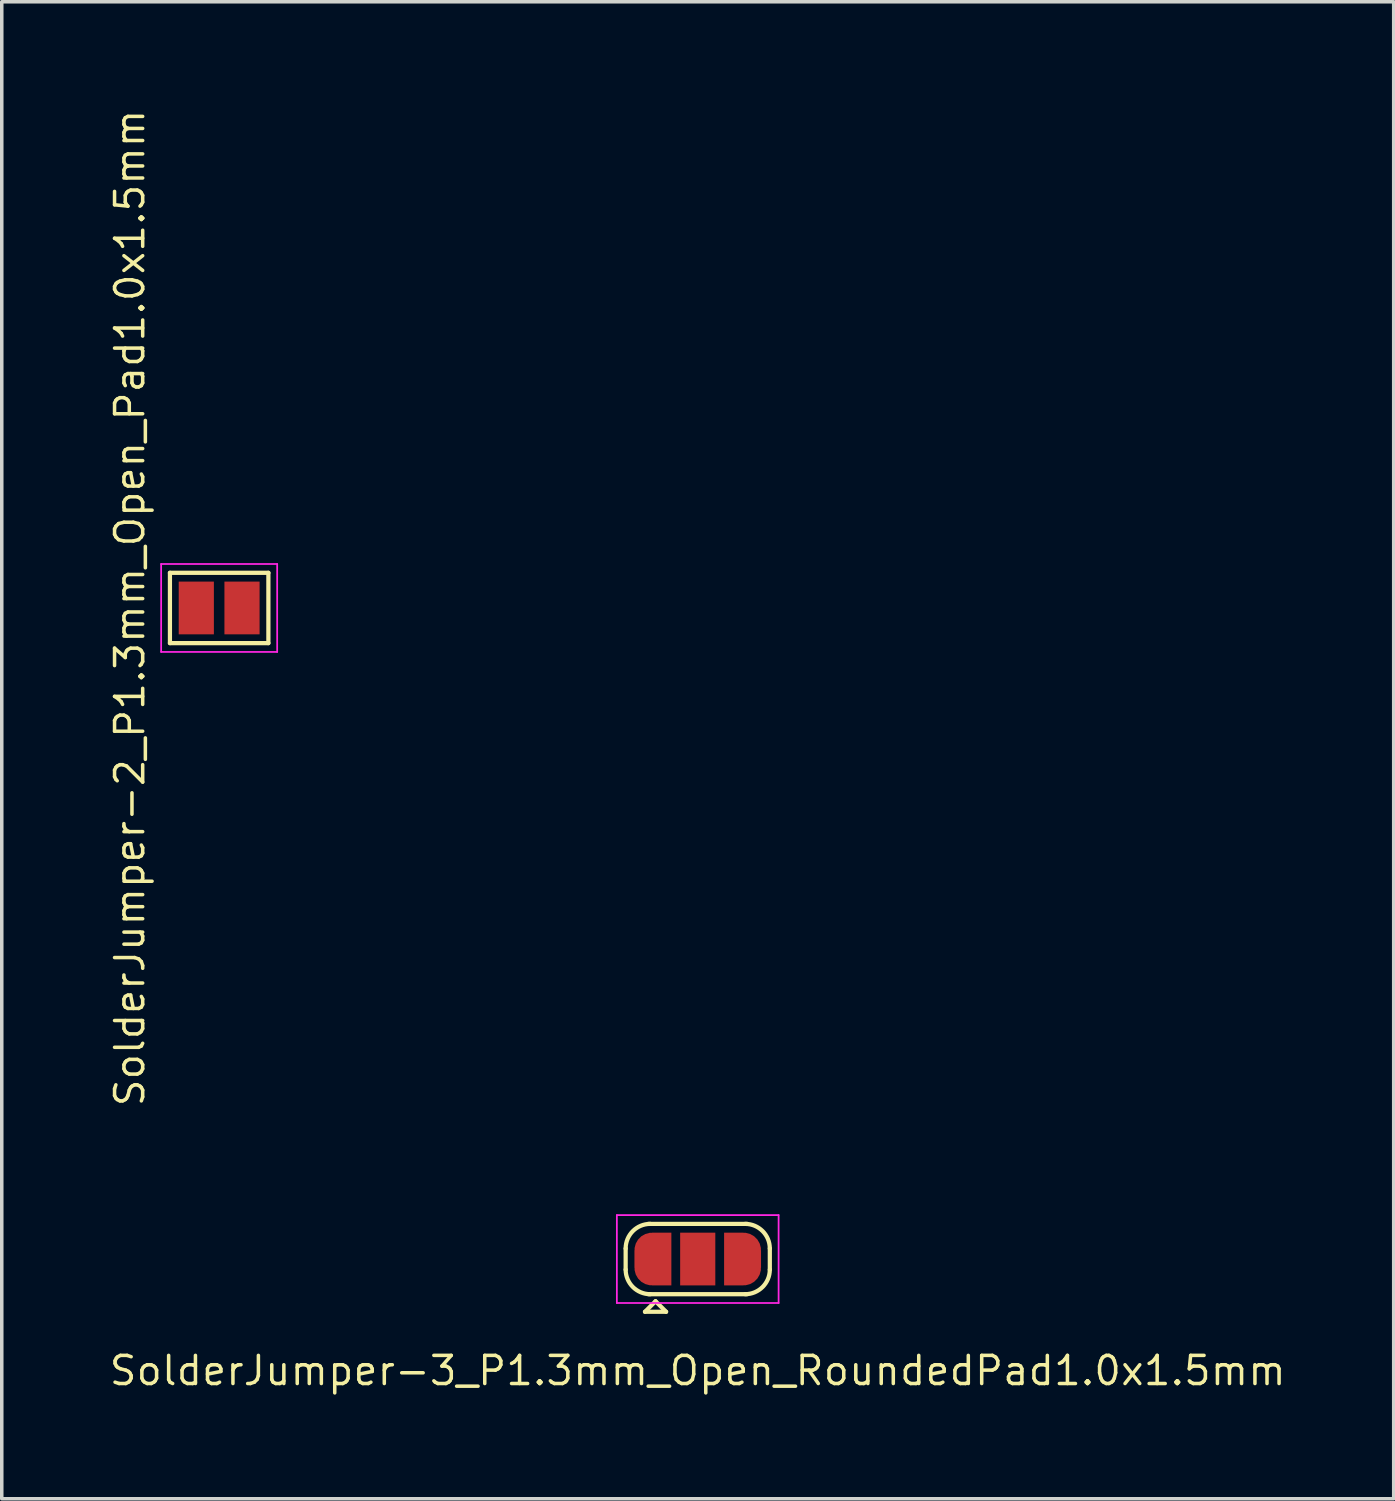
<source format=kicad_pcb>
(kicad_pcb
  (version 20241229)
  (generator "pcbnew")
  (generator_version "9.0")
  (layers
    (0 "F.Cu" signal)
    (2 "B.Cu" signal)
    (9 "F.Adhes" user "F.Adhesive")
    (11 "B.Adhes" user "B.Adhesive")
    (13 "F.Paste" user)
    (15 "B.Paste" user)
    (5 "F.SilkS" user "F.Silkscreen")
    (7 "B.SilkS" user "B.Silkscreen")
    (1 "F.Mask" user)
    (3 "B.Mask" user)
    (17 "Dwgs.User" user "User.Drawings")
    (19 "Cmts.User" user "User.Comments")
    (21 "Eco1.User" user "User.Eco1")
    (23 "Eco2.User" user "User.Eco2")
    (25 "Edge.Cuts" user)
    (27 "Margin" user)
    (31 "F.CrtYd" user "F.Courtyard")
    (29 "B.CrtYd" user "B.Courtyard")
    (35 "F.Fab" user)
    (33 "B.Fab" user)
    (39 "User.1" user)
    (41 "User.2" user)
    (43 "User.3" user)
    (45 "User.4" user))
  (footprint "SolderJumper-3_P1.3mm_Open_RoundedPad1.0x1.5mm"
    (layer "F.Cu")
    (at 16.794 32.758)
    (property "Reference" "SolderJumper-3_P1.3mm_Open_RoundedPad1.0x1.5mm" (at 0 3.175 0) (layer "F.SilkS") (effects (font (size 0.8 0.8) (thickness 0.1))))
    (attr exclude_from_pos_files)
    (fp_line (start -2.05 0.3) (end -2.05 -0.3) (stroke (width 0.12) (type solid)) (layer "F.SilkS"))
    (fp_line (start -1.5 1.5) (end -0.9 1.5) (stroke (width 0.12) (type solid)) (layer "F.SilkS"))
    (fp_line (start -1.4 -1) (end 1.4 -1) (stroke (width 0.12) (type solid)) (layer "F.SilkS"))
    (fp_line (start -1.2 1.2) (end -1.5 1.5) (stroke (width 0.12) (type solid)) (layer "F.SilkS"))
    (fp_line (start -1.2 1.2) (end -0.9 1.5) (stroke (width 0.12) (type solid)) (layer "F.SilkS"))
    (fp_line (start 1.4 1) (end -1.4 1) (stroke (width 0.12) (type solid)) (layer "F.SilkS"))
    (fp_line (start 2.05 -0.3) (end 2.05 0.3) (stroke (width 0.12) (type solid)) (layer "F.SilkS"))
    (fp_arc (start -2.05 -0.3) (mid -1.844975 -0.794975) (end -1.35 -1) (stroke (width 0.12) (type solid)) (layer "F.SilkS"))
    (fp_arc (start -1.35 1) (mid -1.844975 0.794975) (end -2.05 0.3) (stroke (width 0.12) (type solid)) (layer "F.SilkS"))
    (fp_arc (start 1.35 -1) (mid 1.844975 -0.794975) (end 2.05 -0.3) (stroke (width 0.12) (type solid)) (layer "F.SilkS"))
    (fp_arc (start 2.05 0.3) (mid 1.844975 0.794975) (end 1.35 1) (stroke (width 0.12) (type solid)) (layer "F.SilkS"))
    (fp_line (start -2.3 -1.25) (end -2.3 1.25) (stroke (width 0.05) (type solid)) (layer "F.CrtYd"))
    (fp_line (start -2.3 -1.25) (end 2.3 -1.25) (stroke (width 0.05) (type solid)) (layer "F.CrtYd"))
    (fp_line (start 2.3 1.25) (end -2.3 1.25) (stroke (width 0.05) (type solid)) (layer "F.CrtYd"))
    (fp_line (start 2.3 1.25) (end 2.3 -1.25) (stroke (width 0.05) (type solid)) (layer "F.CrtYd"))
    (pad "1" smd custom (at -1.3 0) (size 1 0.5) (layers "F.Cu" "F.Mask") (options (anchor rect)) (primitives (gr_circle (center 0 0.25) (end 0.5 0.25) (width 0) (fill yes)) (gr_circle (center 0 -0.25) (end 0.5 -0.25) (width 0) (fill yes)) (gr_poly (pts (xy 0.55 -0.75) (xy 0 -0.75) (xy 0 0.75) (xy 0.55 0.75)) (width 0) (fill yes))))
    (pad "2" smd rect (at 0 0) (size 1 1.5) (layers "F.Cu" "F.Mask"))
    (pad "3" smd custom (at 1.3 0) (size 1 0.5) (layers "F.Cu" "F.Mask") (options (anchor rect)) (primitives (gr_circle (center 0 0.25) (end 0.5 0.25) (width 0) (fill yes)) (gr_circle (center 0 -0.25) (end 0.5 -0.25) (width 0) (fill yes)) (gr_poly (pts (xy -0.55 -0.75) (xy 0 -0.75) (xy 0 0.75) (xy -0.55 0.75)) (width 0) (fill yes)))))
  (footprint "SolderJumper-2_P1.3mm_Open_Pad1.0x1.5mm"
    (layer "F.Cu")
    (at 3.183 14.241)
    (property "Reference" "SolderJumper-2_P1.3mm_Open_Pad1.0x1.5mm" (at -2.54 0 90) (layer "F.SilkS") (effects (font (size 0.8 0.8) (thickness 0.1))))
    (attr exclude_from_pos_files)
    (fp_line (start -1.4 -1) (end 1.4 -1) (stroke (width 0.12) (type solid)) (layer "F.SilkS"))
    (fp_line (start -1.4 1) (end -1.4 -1) (stroke (width 0.12) (type solid)) (layer "F.SilkS"))
    (fp_line (start 1.4 -1) (end 1.4 1) (stroke (width 0.12) (type solid)) (layer "F.SilkS"))
    (fp_line (start 1.4 1) (end -1.4 1) (stroke (width 0.12) (type solid)) (layer "F.SilkS"))
    (fp_line (start -1.65 -1.25) (end -1.65 1.25) (stroke (width 0.05) (type solid)) (layer "F.CrtYd"))
    (fp_line (start -1.65 -1.25) (end 1.65 -1.25) (stroke (width 0.05) (type solid)) (layer "F.CrtYd"))
    (fp_line (start 1.65 1.25) (end -1.65 1.25) (stroke (width 0.05) (type solid)) (layer "F.CrtYd"))
    (fp_line (start 1.65 1.25) (end 1.65 -1.25) (stroke (width 0.05) (type solid)) (layer "F.CrtYd"))
    (pad "1" smd rect (at -0.65 0) (size 1 1.5) (layers "F.Cu" "F.Mask"))
    (pad "2" smd rect (at 0.65 0) (size 1 1.5) (layers "F.Cu" "F.Mask")))
  (gr_rect
    (start -3 -3)
    (end 36.588 39.576)
    (stroke (width 0.1) (type default))
    (fill no)
    (layer "Edge.Cuts")))
</source>
